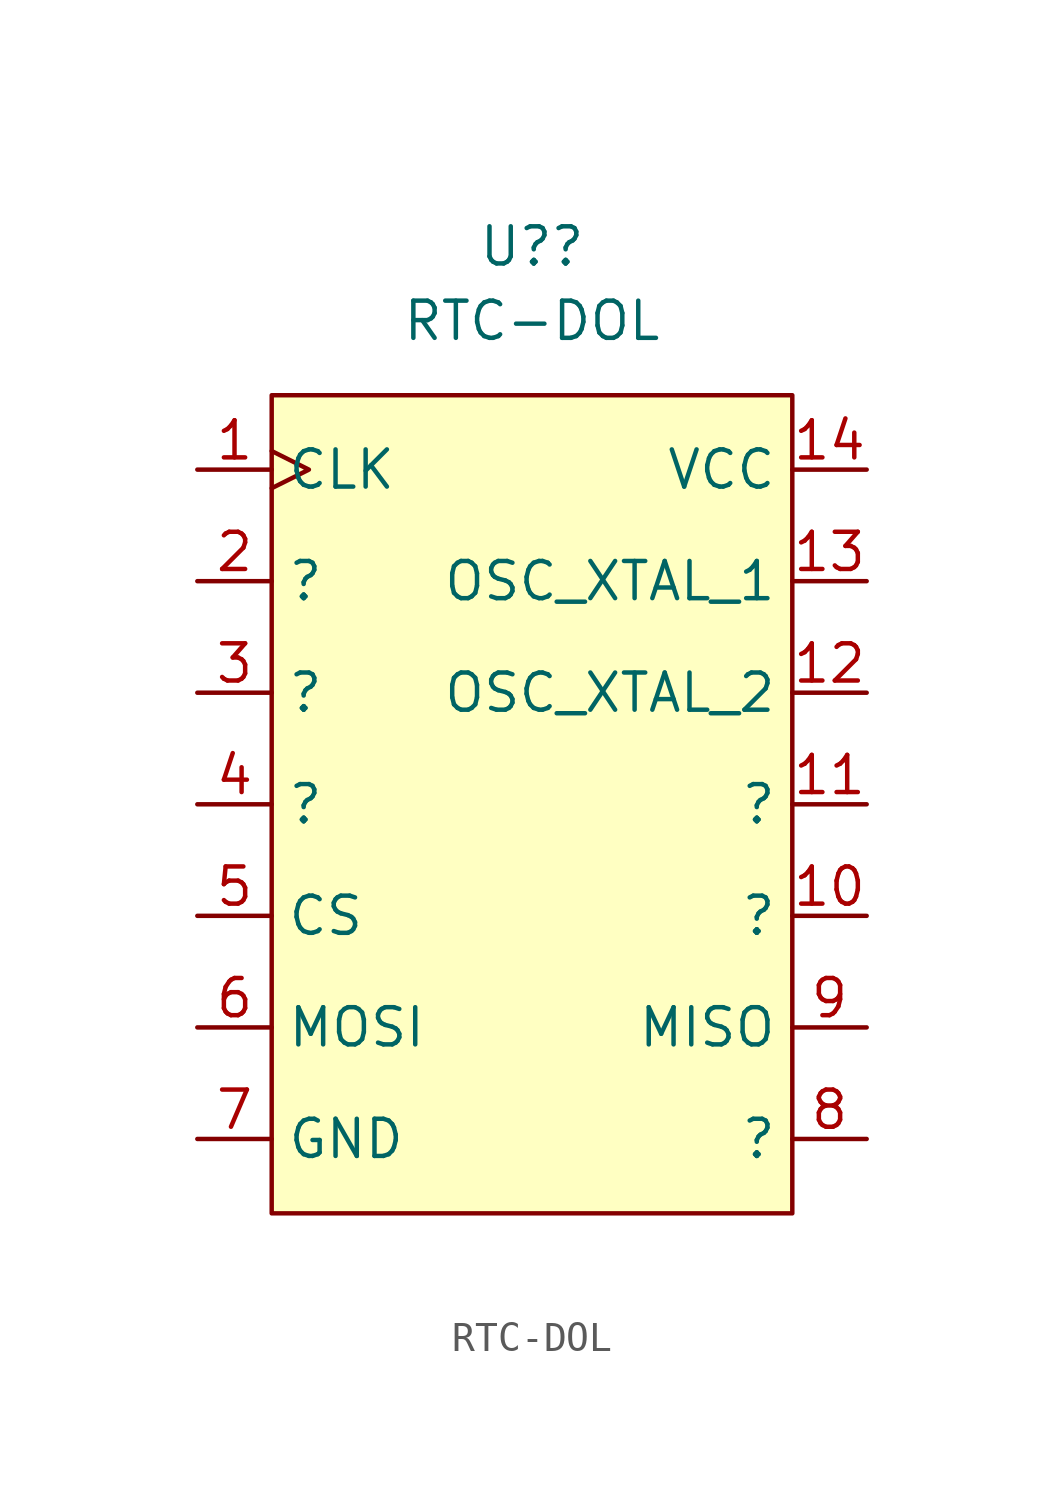
<source format=kicad_sym>
(kicad_symbol_lib
  (version 20211014)
  (generator kicad_symbol_editor)
  (symbol "RTC-DOL"
    (property "Reference" "U?"
      (at 0 2.54 0)
      (effects (font (size 1.27 1.27))))
    (property "Value" "RTC-DOL"
      (at 0 0 0)
      (effects (font (size 1.27 1.27))))
    (symbol "RTC-DOL_0_1"
      (rectangle (start -8.89 -2.54) (end 8.89 -30.48) (stroke (width 0) (type default) (color 0 0 0 0)) (fill (type background))))
    (symbol "RTC-DOL_1_1"
      (pin output clock (at -11.43 -5.08 0) (length 2.54) (name "CLK" (effects (font (size 1.27 1.27)))) (number "1" (effects (font (size 1.27 1.27)))))
      (pin unspecified line (at 11.43 -20.32 180) (length 2.54) (name "?" (effects (font (size 1.27 1.27)))) (number "10" (effects (font (size 1.27 1.27)))))
      (pin unspecified line (at 11.43 -16.51 180) (length 2.54) (name "?" (effects (font (size 1.27 1.27)))) (number "11" (effects (font (size 1.27 1.27)))))
      (pin input line (at 11.43 -12.7 180) (length 2.54) (name "OSC_XTAL_2" (effects (font (size 1.27 1.27)))) (number "12" (effects (font (size 1.27 1.27)))))
      (pin input line (at 11.43 -8.89 180) (length 2.54) (name "OSC_XTAL_1" (effects (font (size 1.27 1.27)))) (number "13" (effects (font (size 1.27 1.27)))))
      (pin power_in line (at 11.43 -5.08 180) (length 2.54) (name "VCC" (effects (font (size 1.27 1.27)))) (number "14" (effects (font (size 1.27 1.27)))))
      (pin unspecified line (at -11.43 -8.89 0) (length 2.54) (name "?" (effects (font (size 1.27 1.27)))) (number "2" (effects (font (size 1.27 1.27)))))
      (pin unspecified line (at -11.43 -12.7 0) (length 2.54) (name "?" (effects (font (size 1.27 1.27)))) (number "3" (effects (font (size 1.27 1.27)))))
      (pin unspecified line (at -11.43 -16.51 0) (length 2.54) (name "?" (effects (font (size 1.27 1.27)))) (number "4" (effects (font (size 1.27 1.27)))))
      (pin input line (at -11.43 -20.32 0) (length 2.54) (name "CS" (effects (font (size 1.27 1.27)))) (number "5" (effects (font (size 1.27 1.27)))))
      (pin input line (at -11.43 -24.13 0) (length 2.54) (name "MOSI" (effects (font (size 1.27 1.27)))) (number "6" (effects (font (size 1.27 1.27)))))
      (pin input line (at -11.43 -27.94 0) (length 2.54) (name "GND" (effects (font (size 1.27 1.27)))) (number "7" (effects (font (size 1.27 1.27)))))
      (pin unspecified line (at 11.43 -27.94 180) (length 2.54) (name "?" (effects (font (size 1.27 1.27)))) (number "8" (effects (font (size 1.27 1.27)))))
      (pin output line (at 11.43 -24.13 180) (length 2.54) (name "MISO" (effects (font (size 1.27 1.27)))) (number "9" (effects (font (size 1.27 1.27))))))))
</source>
